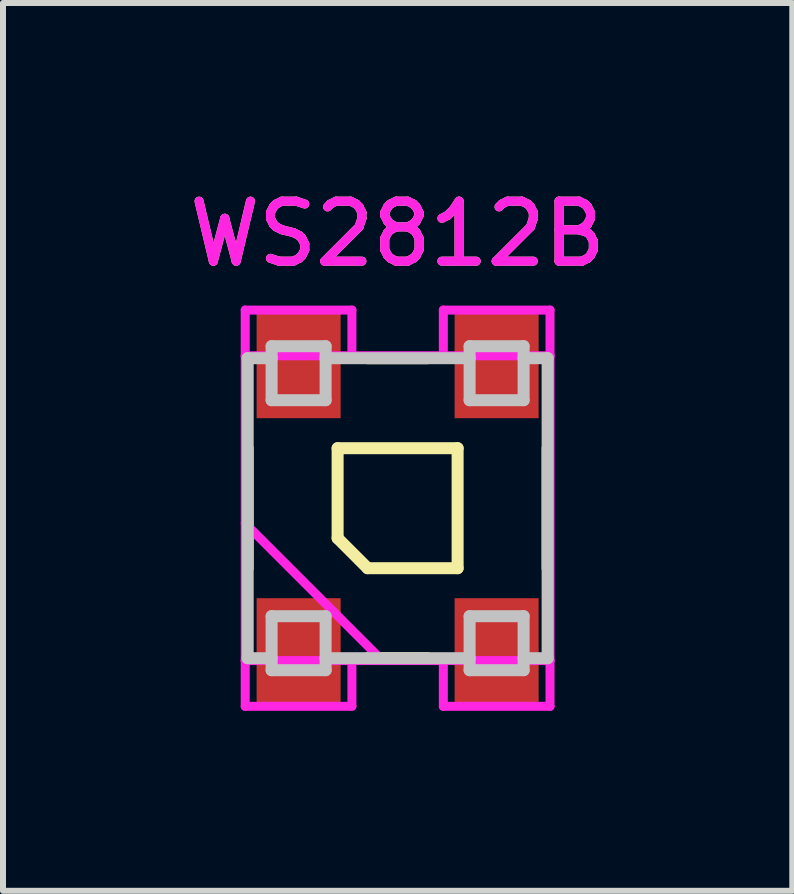
<source format=kicad_pcb>
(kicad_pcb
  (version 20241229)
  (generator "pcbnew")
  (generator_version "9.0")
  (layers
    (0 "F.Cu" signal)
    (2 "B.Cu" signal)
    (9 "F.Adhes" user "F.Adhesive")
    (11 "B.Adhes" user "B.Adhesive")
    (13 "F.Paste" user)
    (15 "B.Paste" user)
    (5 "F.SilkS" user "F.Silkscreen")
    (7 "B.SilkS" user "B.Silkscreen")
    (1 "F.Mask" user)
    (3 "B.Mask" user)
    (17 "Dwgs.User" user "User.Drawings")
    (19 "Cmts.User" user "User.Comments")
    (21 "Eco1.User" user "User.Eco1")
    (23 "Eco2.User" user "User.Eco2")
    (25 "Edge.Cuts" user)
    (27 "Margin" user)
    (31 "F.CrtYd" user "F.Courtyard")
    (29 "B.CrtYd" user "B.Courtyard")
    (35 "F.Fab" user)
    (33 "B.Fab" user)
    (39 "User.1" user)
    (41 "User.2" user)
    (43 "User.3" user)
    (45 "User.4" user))
  (footprint "WS2812B"
    (layer "F.Cu")
    (at 3.577 5.42)
    (property "Reference" "WS2812B" (at 0 -4.572 0) (layer "F.SilkS") (effects (font (size 1 1) (thickness 0.15))))
    (attr through_hole)
    (fp_line (start -2.5 -1) (end -2.5 1) (stroke (width 0.2) (type solid)) (layer "F.SilkS"))
    (fp_line (start -1 -1) (end 1 -1) (stroke (width 0.2) (type solid)) (layer "F.SilkS"))
    (fp_line (start -1 0.5) (end -1 -1) (stroke (width 0.2) (type solid)) (layer "F.SilkS"))
    (fp_line (start -0.5 -2.5) (end 0.5 -2.5) (stroke (width 0.2) (type solid)) (layer "F.SilkS"))
    (fp_line (start -0.5 1) (end -1 0.5) (stroke (width 0.2) (type solid)) (layer "F.SilkS"))
    (fp_line (start -0.5 2.5) (end 0.5 2.5) (stroke (width 0.2) (type solid)) (layer "F.SilkS"))
    (fp_line (start 1 -1) (end 1 1) (stroke (width 0.2) (type solid)) (layer "F.SilkS"))
    (fp_line (start 1 1) (end -0.5 1) (stroke (width 0.2) (type solid)) (layer "F.SilkS"))
    (fp_line (start 2.5 -1) (end 2.5 1) (stroke (width 0.2) (type solid)) (layer "F.SilkS"))
    (fp_line (start -2.5 -2.5) (end -2.1 -2.5) (stroke (width 0.2) (type solid)) (layer "Dwgs.User"))
    (fp_line (start -2.5 2.5) (end -2.1 2.5) (stroke (width 0.2) (type solid)) (layer "Dwgs.User"))
    (fp_line (start -2.499 2.499) (end -2.499 -2.499) (stroke (width 0.2) (type solid)) (layer "Dwgs.User"))
    (fp_line (start -2.1 -2.7) (end -1.2 -2.7) (stroke (width 0.2) (type solid)) (layer "Dwgs.User"))
    (fp_line (start -2.1 -1.8) (end -2.1 -2.7) (stroke (width 0.2) (type solid)) (layer "Dwgs.User"))
    (fp_line (start -2.1 1.8) (end -1.2 1.8) (stroke (width 0.2) (type solid)) (layer "Dwgs.User"))
    (fp_line (start -2.1 2.7) (end -2.1 1.8) (stroke (width 0.2) (type solid)) (layer "Dwgs.User"))
    (fp_line (start -1.2 -2.7) (end -1.2 -1.8) (stroke (width 0.2) (type solid)) (layer "Dwgs.User"))
    (fp_line (start -1.2 -2.5) (end 1.2 -2.5) (stroke (width 0.2) (type solid)) (layer "Dwgs.User"))
    (fp_line (start -1.2 -1.8) (end -2.1 -1.8) (stroke (width 0.2) (type solid)) (layer "Dwgs.User"))
    (fp_line (start -1.2 1.8) (end -1.2 2.7) (stroke (width 0.2) (type solid)) (layer "Dwgs.User"))
    (fp_line (start -1.2 2.5) (end 1.2 2.5) (stroke (width 0.2) (type solid)) (layer "Dwgs.User"))
    (fp_line (start -1.2 2.7) (end -2.1 2.7) (stroke (width 0.2) (type solid)) (layer "Dwgs.User"))
    (fp_line (start 1.2 -2.7) (end 1.2 -1.8) (stroke (width 0.2) (type solid)) (layer "Dwgs.User"))
    (fp_line (start 1.2 -1.8) (end 2.1 -1.8) (stroke (width 0.2) (type solid)) (layer "Dwgs.User"))
    (fp_line (start 1.2 1.8) (end 2.1 1.8) (stroke (width 0.2) (type solid)) (layer "Dwgs.User"))
    (fp_line (start 1.2 2.7) (end 1.2 1.8) (stroke (width 0.2) (type solid)) (layer "Dwgs.User"))
    (fp_line (start 2.1 -2.7) (end 1.2 -2.7) (stroke (width 0.2) (type solid)) (layer "Dwgs.User"))
    (fp_line (start 2.1 -2.5) (end 2.5 -2.5) (stroke (width 0.2) (type solid)) (layer "Dwgs.User"))
    (fp_line (start 2.1 -1.8) (end 2.1 -2.7) (stroke (width 0.2) (type solid)) (layer "Dwgs.User"))
    (fp_line (start 2.1 1.8) (end 2.1 2.7) (stroke (width 0.2) (type solid)) (layer "Dwgs.User"))
    (fp_line (start 2.1 2.5) (end 2.5 2.5) (stroke (width 0.2) (type solid)) (layer "Dwgs.User"))
    (fp_line (start 2.1 2.7) (end 1.2 2.7) (stroke (width 0.2) (type solid)) (layer "Dwgs.User"))
    (fp_line (start 2.5 -2.5) (end 2.5 2.5) (stroke (width 0.2) (type solid)) (layer "Dwgs.User"))
    (fp_line (start -2.54 -3.302) (end -0.762 -3.302) (stroke (width 0.15) (type solid)) (layer "F.CrtYd"))
    (fp_line (start -2.54 -2.54) (end -2.54 -3.302) (stroke (width 0.15) (type solid)) (layer "F.CrtYd"))
    (fp_line (start -2.54 -2.54) (end 2.54 -2.54) (stroke (width 0.15) (type solid)) (layer "F.CrtYd"))
    (fp_line (start -2.54 2.54) (end -2.54 -2.54) (stroke (width 0.15) (type solid)) (layer "F.CrtYd"))
    (fp_line (start -2.54 2.54) (end -2.54 3.302) (stroke (width 0.15) (type solid)) (layer "F.CrtYd"))
    (fp_line (start -2.54 3.302) (end -0.762 3.302) (stroke (width 0.15) (type solid)) (layer "F.CrtYd"))
    (fp_line (start -0.762 -3.302) (end -0.762 -2.54) (stroke (width 0.15) (type solid)) (layer "F.CrtYd"))
    (fp_line (start -0.762 3.302) (end -0.762 2.54) (stroke (width 0.15) (type solid)) (layer "F.CrtYd"))
    (fp_line (start -0.254 2.54) (end -2.54 0.254) (stroke (width 0.15) (type solid)) (layer "F.CrtYd"))
    (fp_line (start 0.762 -3.302) (end 2.54 -3.302) (stroke (width 0.15) (type solid)) (layer "F.CrtYd"))
    (fp_line (start 0.762 -2.54) (end 0.762 -3.302) (stroke (width 0.15) (type solid)) (layer "F.CrtYd"))
    (fp_line (start 0.762 2.54) (end 0.762 3.302) (stroke (width 0.15) (type solid)) (layer "F.CrtYd"))
    (fp_line (start 0.762 3.302) (end 2.54 3.302) (stroke (width 0.15) (type solid)) (layer "F.CrtYd"))
    (fp_line (start 2.54 -3.302) (end 2.54 -2.54) (stroke (width 0.15) (type solid)) (layer "F.CrtYd"))
    (fp_line (start 2.54 -2.54) (end 2.54 2.54) (stroke (width 0.15) (type solid)) (layer "F.CrtYd"))
    (fp_line (start 2.54 2.54) (end -2.54 2.54) (stroke (width 0.15) (type solid)) (layer "F.CrtYd"))
    (fp_line (start 2.54 3.302) (end 2.54 2.54) (stroke (width 0.15) (type solid)) (layer "F.CrtYd"))
    (fp_text user "${REFERENCE}" (at 0 -4.572 0) (layer "F.CrtYd") (effects (font (size 1 1) (thickness 0.15))))
    (pad "1" smd rect (at 1.65 -2.4) (size 1.4 1.8) (layers "F.Cu" "F.Mask" "F.Paste"))
    (pad "2" smd rect (at -1.65 -2.4) (size 1.4 1.8) (layers "F.Cu" "F.Mask" "F.Paste"))
    (pad "3" smd rect (at -1.65 2.4) (size 1.4 1.8) (layers "F.Cu" "F.Mask" "F.Paste"))
    (pad "4" smd rect (at 1.65 2.4) (size 1.4 1.8) (layers "F.Cu" "F.Mask" "F.Paste")))
  (gr_rect
    (start -3 -3)
    (end 10.155 11.797)
    (stroke (width 0.1) (type default))
    (fill no)
    (layer "Edge.Cuts")))
</source>
